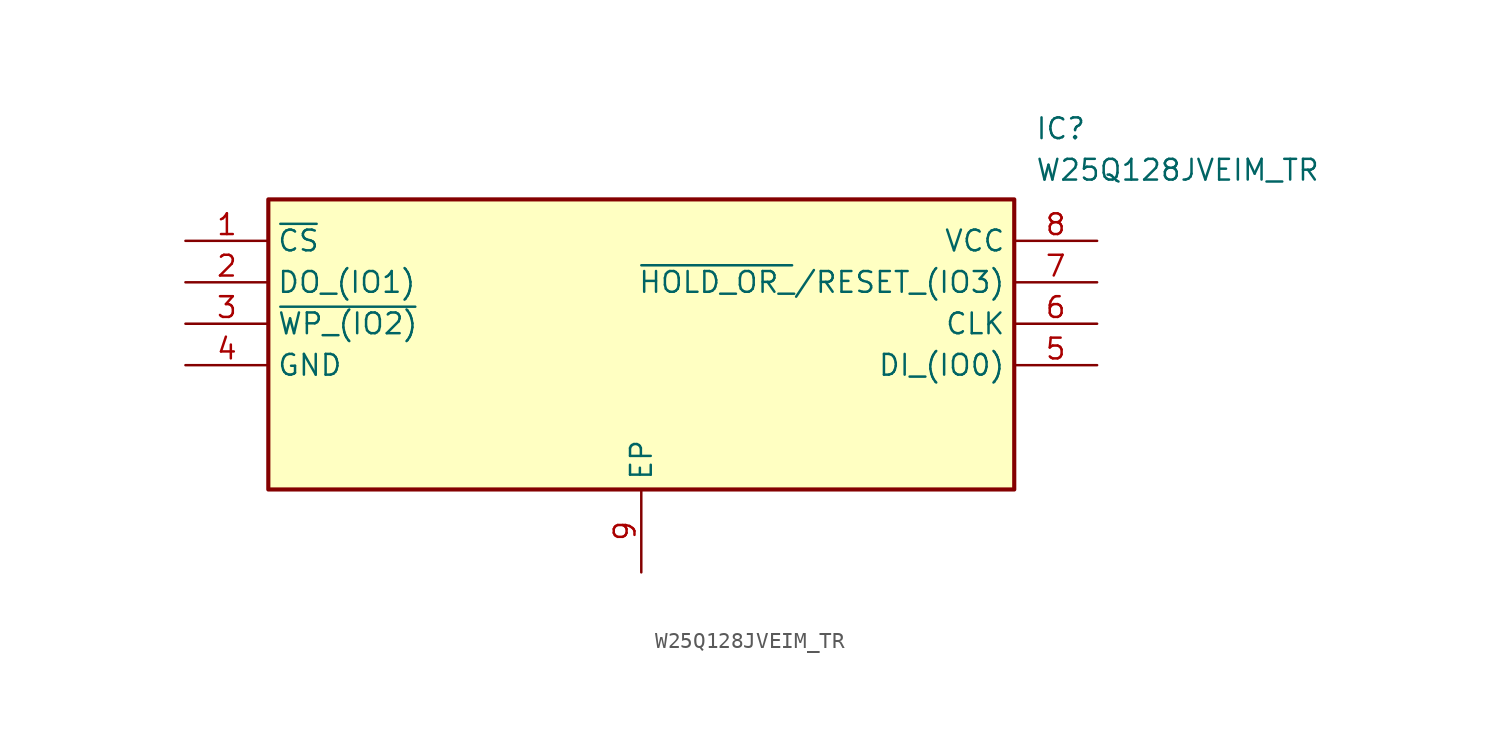
<source format=kicad_sym>
(kicad_symbol_lib
  (version 20211014)
  (generator SamacSys_ECAD_Model)
  (symbol "W25Q128JVEIM_TR"
    (property "Reference" "IC"
      (at 52.07 7.62 0)
      (effects (font (size 1.27 1.27)) (justify left top)))
    (property "Value" "W25Q128JVEIM_TR"
      (at 52.07 5.08 0)
      (effects (font (size 1.27 1.27)) (justify left top)))
    (rectangle
      (start 5.08 2.54)
      (end 50.8 -15.24)
      (stroke (width 0.254) (type default))
      (fill (type background)))
    (pin passive line
      (at 0 0 0)
      (length 5.08)
      (name "~{CS}" (effects (font (size 1.27 1.27))))
      (number "1" (effects (font (size 1.27 1.27)))))
    (pin passive line
      (at 0 -2.54 0)
      (length 5.08)
      (name "DO_(IO1)" (effects (font (size 1.27 1.27))))
      (number "2" (effects (font (size 1.27 1.27)))))
    (pin passive line
      (at 0 -5.08 0)
      (length 5.08)
      (name "~{WP_(IO2)}" (effects (font (size 1.27 1.27))))
      (number "3" (effects (font (size 1.27 1.27)))))
    (pin passive line
      (at 0 -7.62 0)
      (length 5.08)
      (name "GND" (effects (font (size 1.27 1.27))))
      (number "4" (effects (font (size 1.27 1.27)))))
    (pin passive line
      (at 27.94 -20.32 90)
      (length 5.08)
      (name "EP" (effects (font (size 1.27 1.27))))
      (number "9" (effects (font (size 1.27 1.27)))))
    (pin passive line
      (at 55.88 0 180)
      (length 5.08)
      (name "VCC" (effects (font (size 1.27 1.27))))
      (number "8" (effects (font (size 1.27 1.27)))))
    (pin passive line
      (at 55.88 -2.54 180)
      (length 5.08)
      (name "~{HOLD_OR_}/RESET_(IO3)" (effects (font (size 1.27 1.27))))
      (number "7" (effects (font (size 1.27 1.27)))))
    (pin passive line
      (at 55.88 -5.08 180)
      (length 5.08)
      (name "CLK" (effects (font (size 1.27 1.27))))
      (number "6" (effects (font (size 1.27 1.27)))))
    (pin passive line
      (at 55.88 -7.62 180)
      (length 5.08)
      (name "DI_(IO0)" (effects (font (size 1.27 1.27))))
      (number "5" (effects (font (size 1.27 1.27)))))))
</source>
